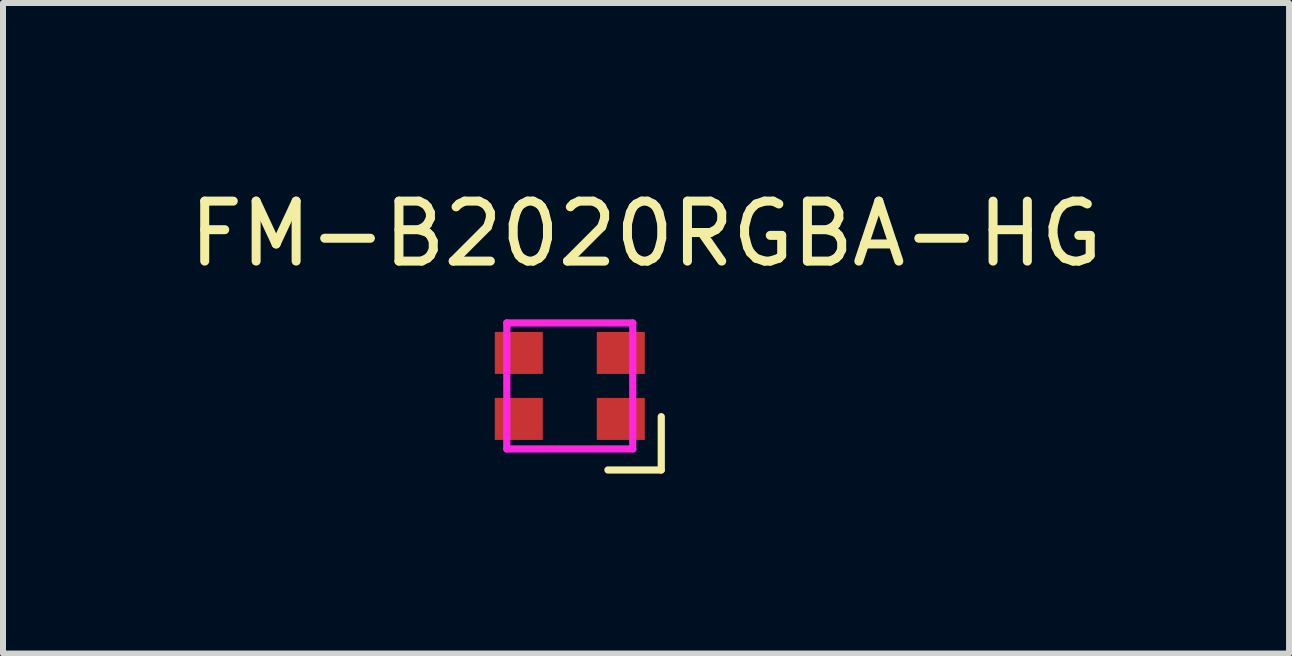
<source format=kicad_pcb>
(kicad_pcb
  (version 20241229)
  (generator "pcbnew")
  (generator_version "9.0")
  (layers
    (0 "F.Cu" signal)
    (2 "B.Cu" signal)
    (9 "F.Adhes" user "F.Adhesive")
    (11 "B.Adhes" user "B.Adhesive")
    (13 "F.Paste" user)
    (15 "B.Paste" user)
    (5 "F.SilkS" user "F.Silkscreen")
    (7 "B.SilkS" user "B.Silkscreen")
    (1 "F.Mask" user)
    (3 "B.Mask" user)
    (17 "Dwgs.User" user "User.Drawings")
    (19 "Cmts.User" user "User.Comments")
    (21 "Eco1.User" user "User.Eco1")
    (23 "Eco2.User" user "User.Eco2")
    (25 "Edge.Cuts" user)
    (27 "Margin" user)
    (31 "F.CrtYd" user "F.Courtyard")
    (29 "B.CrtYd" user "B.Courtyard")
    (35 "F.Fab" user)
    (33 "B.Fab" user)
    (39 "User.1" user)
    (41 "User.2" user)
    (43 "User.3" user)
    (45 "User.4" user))
  (footprint "FM-B2020RGBA-HG"
    (layer "F.Cu")
    (at 6.45 3.388)
    (property "Reference" "FM-B2020RGBA-HG" (at 1.27 -2.54 0) (layer "F.SilkS") (effects (font (size 1 1) (thickness 0.15))))
    (attr smd)
    (fp_line (start 1.524 0.508) (end 1.524 1.397) (stroke (width 0.12) (type solid)) (layer "F.SilkS"))
    (fp_line (start 1.524 1.397) (end 0.635 1.397) (stroke (width 0.12) (type solid)) (layer "F.SilkS"))
    (fp_line (start -1.051 -1.054) (end 1.049 -1.054) (stroke (width 0.12) (type solid)) (layer "F.CrtYd"))
    (fp_line (start -1.051 1.046) (end -1.051 -1.054) (stroke (width 0.12) (type solid)) (layer "F.CrtYd"))
    (fp_line (start -1.051 1.046) (end 1.049 1.046) (stroke (width 0.12) (type solid)) (layer "F.CrtYd"))
    (fp_line (start 1.049 -1.054) (end 1.049 1.046) (stroke (width 0.12) (type solid)) (layer "F.CrtYd"))
    (pad "1" smd rect (at 0.849 0.546) (size 0.8 0.7) (layers "F.Cu" "F.Mask" "F.Paste"))
    (pad "2" smd rect (at 0.849 -0.554) (size 0.8 0.7) (layers "F.Cu" "F.Mask" "F.Paste"))
    (pad "3" smd rect (at -0.851 0.546) (size 0.8 0.7) (layers "F.Cu" "F.Mask" "F.Paste"))
    (pad "4" smd rect (at -0.851 -0.554) (size 0.8 0.7) (layers "F.Cu" "F.Mask" "F.Paste")))
  (gr_rect
    (start -3 -3)
    (end 18.44 7.845)
    (stroke (width 0.1) (type default))
    (fill no)
    (layer "Edge.Cuts")))
</source>
